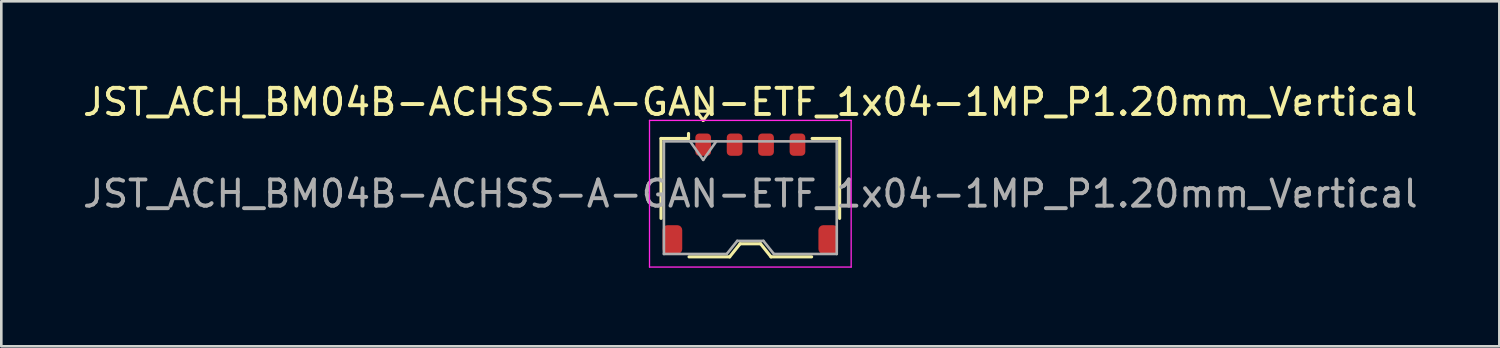
<source format=kicad_pcb>
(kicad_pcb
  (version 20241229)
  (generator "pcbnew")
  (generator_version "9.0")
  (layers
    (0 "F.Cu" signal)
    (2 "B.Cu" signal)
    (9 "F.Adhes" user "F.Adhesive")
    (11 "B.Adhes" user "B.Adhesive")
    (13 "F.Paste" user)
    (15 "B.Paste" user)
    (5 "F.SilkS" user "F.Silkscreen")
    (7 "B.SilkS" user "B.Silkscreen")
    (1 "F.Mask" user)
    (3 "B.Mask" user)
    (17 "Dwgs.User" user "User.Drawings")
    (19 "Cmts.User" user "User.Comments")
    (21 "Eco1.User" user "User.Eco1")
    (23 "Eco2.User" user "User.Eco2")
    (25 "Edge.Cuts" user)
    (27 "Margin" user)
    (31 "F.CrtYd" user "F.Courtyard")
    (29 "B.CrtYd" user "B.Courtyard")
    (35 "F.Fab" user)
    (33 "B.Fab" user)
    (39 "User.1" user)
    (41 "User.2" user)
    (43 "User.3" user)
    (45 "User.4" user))
  (footprint "JST_ACH_BM04B-ACHSS-A-GAN-ETF_1x04-1MP_P1.20mm_Vertical"
    (layer "F.Cu")
    (at 25.601 4.348)
    (property "Reference" "JST_ACH_BM04B-ACHSS-A-GAN-ETF_1x04-1MP_P1.20mm_Vertical" (at 0 -3.5 0) (layer "F.SilkS") (effects (font (size 1 1) (thickness 0.15))))
    (attr smd)
    (fp_line (start -3.41 -2.11) (end -2.36 -2.11) (stroke (width 0.12) (type solid)) (layer "F.SilkS"))
    (fp_line (start -3.41 0.94) (end -3.41 -2.11) (stroke (width 0.12) (type solid)) (layer "F.SilkS"))
    (fp_line (start -2.36 -2.11) (end -2.36 -2.3) (stroke (width 0.12) (type solid)) (layer "F.SilkS"))
    (fp_line (start -2.34 2.41) (end -0.79 2.41) (stroke (width 0.12) (type solid)) (layer "F.SilkS"))
    (fp_line (start -2.05 -3.154) (end -1.8 -2.8) (stroke (width 0.12) (type solid)) (layer "F.SilkS"))
    (fp_line (start -1.8 -2.8) (end -1.55 -3.154) (stroke (width 0.12) (type solid)) (layer "F.SilkS"))
    (fp_line (start -1.55 -3.154) (end -2.05 -3.154) (stroke (width 0.12) (type solid)) (layer "F.SilkS"))
    (fp_line (start -0.79 2.41) (end -0.39 1.91) (stroke (width 0.12) (type solid)) (layer "F.SilkS"))
    (fp_line (start -0.39 1.91) (end 0.39 1.91) (stroke (width 0.12) (type solid)) (layer "F.SilkS"))
    (fp_line (start 0.39 1.91) (end 0.79 2.41) (stroke (width 0.12) (type solid)) (layer "F.SilkS"))
    (fp_line (start 0.79 2.41) (end 2.34 2.41) (stroke (width 0.12) (type solid)) (layer "F.SilkS"))
    (fp_line (start 3.41 -2.11) (end 2.36 -2.11) (stroke (width 0.12) (type solid)) (layer "F.SilkS"))
    (fp_line (start 3.41 0.94) (end 3.41 -2.11) (stroke (width 0.12) (type solid)) (layer "F.SilkS"))
    (fp_line (start -3.85 -2.8) (end -3.85 2.8) (stroke (width 0.05) (type solid)) (layer "F.CrtYd"))
    (fp_line (start -3.85 2.8) (end 3.85 2.8) (stroke (width 0.05) (type solid)) (layer "F.CrtYd"))
    (fp_line (start 3.85 -2.8) (end -3.85 -2.8) (stroke (width 0.05) (type solid)) (layer "F.CrtYd"))
    (fp_line (start 3.85 2.8) (end 3.85 -2.8) (stroke (width 0.05) (type solid)) (layer "F.CrtYd"))
    (fp_line (start -3.3 -2) (end -3.3 2.3) (stroke (width 0.1) (type solid)) (layer "F.Fab"))
    (fp_line (start -3.3 -2) (end 3.3 -2) (stroke (width 0.1) (type solid)) (layer "F.Fab"))
    (fp_line (start -3.3 2.3) (end -0.9 2.3) (stroke (width 0.1) (type solid)) (layer "F.Fab"))
    (fp_line (start -2.3 -2) (end -1.8 -1.293) (stroke (width 0.1) (type solid)) (layer "F.Fab"))
    (fp_line (start -1.8 -1.293) (end -1.3 -2) (stroke (width 0.1) (type solid)) (layer "F.Fab"))
    (fp_line (start -0.9 2.3) (end -0.5 1.8) (stroke (width 0.1) (type solid)) (layer "F.Fab"))
    (fp_line (start -0.5 1.8) (end 0.5 1.8) (stroke (width 0.1) (type solid)) (layer "F.Fab"))
    (fp_line (start 0.5 1.8) (end 0.9 2.3) (stroke (width 0.1) (type solid)) (layer "F.Fab"))
    (fp_line (start 0.9 2.3) (end 3.3 2.3) (stroke (width 0.1) (type solid)) (layer "F.Fab"))
    (fp_line (start 3.3 -2) (end 3.3 2.3) (stroke (width 0.1) (type solid)) (layer "F.Fab"))
    (fp_text user "${REFERENCE}" (at 0 0 0) (layer "F.Fab") (effects (font (size 1 1) (thickness 0.15))))
    (pad "1" smd roundrect (at -1.8 -1.875) (size 0.6 0.85) (layers "F.Cu" "F.Mask" "F.Paste") (roundrect_rratio 0.25))
    (pad "2" smd roundrect (at -0.6 -1.875) (size 0.6 0.85) (layers "F.Cu" "F.Mask" "F.Paste") (roundrect_rratio 0.25))
    (pad "3" smd roundrect (at 0.6 -1.875) (size 0.6 0.85) (layers "F.Cu" "F.Mask" "F.Paste") (roundrect_rratio 0.25))
    (pad "4" smd roundrect (at 1.8 -1.875) (size 0.6 0.85) (layers "F.Cu" "F.Mask" "F.Paste") (roundrect_rratio 0.25))
    (pad "MP" smd roundrect (at -2.975 1.75) (size 0.75 1.1) (layers "F.Cu" "F.Mask" "F.Paste") (roundrect_rratio 0.25))
    (pad "MP" smd roundrect (at 2.975 1.75) (size 0.75 1.1) (layers "F.Cu" "F.Mask" "F.Paste") (roundrect_rratio 0.25)))
  (gr_rect
    (start -3 -3)
    (end 54.202 10.173)
    (stroke (width 0.1) (type default))
    (fill no)
    (layer "Edge.Cuts")))
</source>
